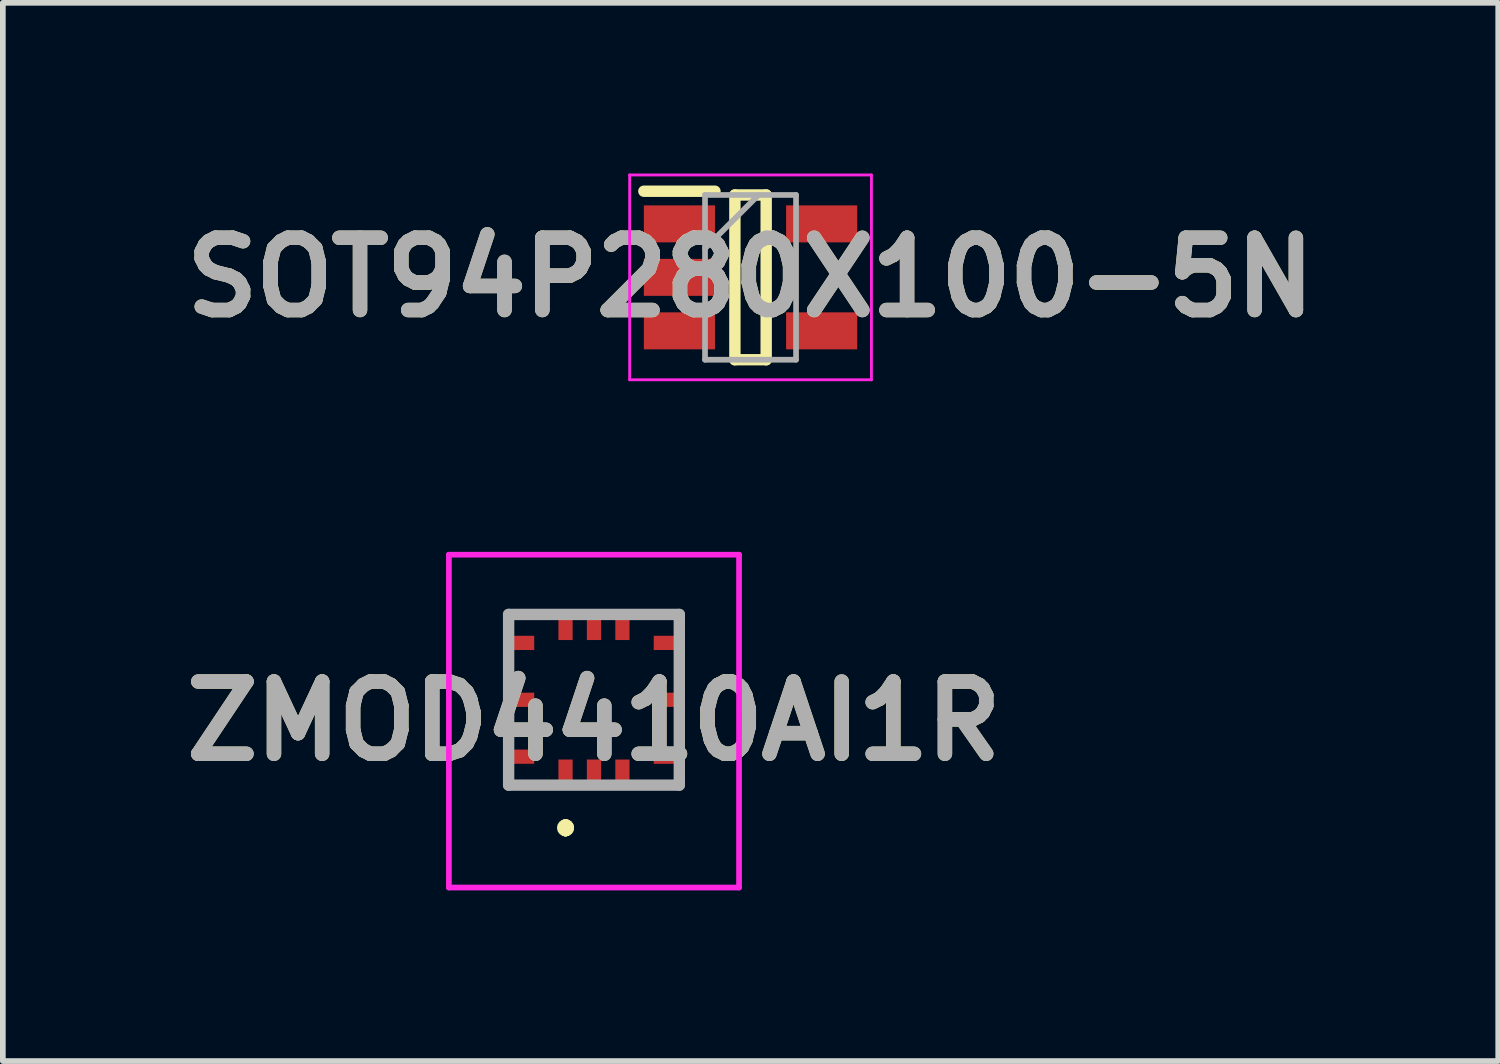
<source format=kicad_pcb>
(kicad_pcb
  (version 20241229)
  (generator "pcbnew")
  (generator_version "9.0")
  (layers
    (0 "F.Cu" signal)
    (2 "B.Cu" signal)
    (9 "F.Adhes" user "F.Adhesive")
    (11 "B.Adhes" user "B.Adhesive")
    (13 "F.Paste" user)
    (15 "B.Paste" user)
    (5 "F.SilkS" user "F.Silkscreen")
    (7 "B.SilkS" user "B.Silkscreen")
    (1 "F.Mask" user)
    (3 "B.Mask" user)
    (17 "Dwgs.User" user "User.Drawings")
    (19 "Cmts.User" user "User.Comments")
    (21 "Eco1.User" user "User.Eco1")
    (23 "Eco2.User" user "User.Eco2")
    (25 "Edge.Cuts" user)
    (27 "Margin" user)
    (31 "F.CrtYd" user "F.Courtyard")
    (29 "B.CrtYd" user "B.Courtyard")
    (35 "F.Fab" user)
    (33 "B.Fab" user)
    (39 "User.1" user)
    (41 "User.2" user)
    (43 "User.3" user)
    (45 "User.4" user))
  (footprint "SOT94P280X100-5N"
    (layer "F.Cu")
    (at 10.142 1.825)
    (property "Reference" "SOT94P280X100-5N" (at 0 0 0) (layer "F.SilkS") (effects (font (size 1.27 1.27) (thickness 0.254))))
    (attr smd)
    (fp_line (start -1.875 -1.514) (end -0.625 -1.514) (stroke (width 0.2) (type solid)) (layer "F.SilkS"))
    (fp_line (start -0.275 -1.448) (end 0.275 -1.448) (stroke (width 0.2) (type solid)) (layer "F.SilkS"))
    (fp_line (start -0.275 1.448) (end -0.275 -1.448) (stroke (width 0.2) (type solid)) (layer "F.SilkS"))
    (fp_line (start 0.275 -1.448) (end 0.275 1.448) (stroke (width 0.2) (type solid)) (layer "F.SilkS"))
    (fp_line (start 0.275 1.448) (end -0.275 1.448) (stroke (width 0.2) (type solid)) (layer "F.SilkS"))
    (fp_line (start -2.125 -1.8) (end 2.125 -1.8) (stroke (width 0.05) (type solid)) (layer "F.CrtYd"))
    (fp_line (start -2.125 1.8) (end -2.125 -1.8) (stroke (width 0.05) (type solid)) (layer "F.CrtYd"))
    (fp_line (start 2.125 -1.8) (end 2.125 1.8) (stroke (width 0.05) (type solid)) (layer "F.CrtYd"))
    (fp_line (start 2.125 1.8) (end -2.125 1.8) (stroke (width 0.05) (type solid)) (layer "F.CrtYd"))
    (fp_line (start -0.8 -1.448) (end 0.8 -1.448) (stroke (width 0.1) (type solid)) (layer "F.Fab"))
    (fp_line (start -0.8 -0.508) (end 0.14 -1.448) (stroke (width 0.1) (type solid)) (layer "F.Fab"))
    (fp_line (start -0.8 1.448) (end -0.8 -1.448) (stroke (width 0.1) (type solid)) (layer "F.Fab"))
    (fp_line (start 0.8 -1.448) (end 0.8 1.448) (stroke (width 0.1) (type solid)) (layer "F.Fab"))
    (fp_line (start 0.8 1.448) (end -0.8 1.448) (stroke (width 0.1) (type solid)) (layer "F.Fab"))
    (fp_text user "${REFERENCE}" (at 0 0 0) (layer "F.Fab") (effects (font (size 1.27 1.27) (thickness 0.254))))
    (pad "1" smd rect (at -1.25 -0.94 90) (size 0.65 1.25) (layers "F.Cu" "F.Mask" "F.Paste"))
    (pad "2" smd rect (at -1.25 0 90) (size 0.65 1.25) (layers "F.Cu" "F.Mask" "F.Paste"))
    (pad "3" smd rect (at -1.25 0.94 90) (size 0.65 1.25) (layers "F.Cu" "F.Mask" "F.Paste"))
    (pad "4" smd rect (at 1.25 0.94 90) (size 0.65 1.25) (layers "F.Cu" "F.Mask" "F.Paste"))
    (pad "5" smd rect (at 1.25 -0.94 90) (size 0.65 1.25) (layers "F.Cu" "F.Mask" "F.Paste")))
  (footprint "ZMOD4410AI1R"
    (layer "F.Cu")
    (at 7.39 9.25)
    (property "Reference" "ZMOD4410AI1R" (at 0 0.375 0) (layer "F.SilkS") (effects (font (size 1.27 1.27) (thickness 0.254))))
    (attr smd)
    (fp_line (start -1.5 -1.5) (end -1.5 -1.5) (stroke (width 0.1) (type solid)) (layer "F.SilkS"))
    (fp_line (start -1.5 -1.5) (end -1 -1.5) (stroke (width 0.1) (type solid)) (layer "F.SilkS"))
    (fp_line (start -1.5 1.5) (end -1.5 1.5) (stroke (width 0.1) (type solid)) (layer "F.SilkS"))
    (fp_line (start -1.5 1.5) (end -1 1.5) (stroke (width 0.1) (type solid)) (layer "F.SilkS"))
    (fp_line (start -1 -1.5) (end -1.5 -1.5) (stroke (width 0.1) (type solid)) (layer "F.SilkS"))
    (fp_line (start -1 -1.5) (end -1 -1.5) (stroke (width 0.1) (type solid)) (layer "F.SilkS"))
    (fp_line (start -1 1.5) (end -1.5 1.5) (stroke (width 0.1) (type solid)) (layer "F.SilkS"))
    (fp_line (start -1 1.5) (end -1 1.5) (stroke (width 0.1) (type solid)) (layer "F.SilkS"))
    (fp_line (start -0.5 2.2) (end -0.5 2.2) (stroke (width 0.2) (type solid)) (layer "F.SilkS"))
    (fp_line (start -0.5 2.3) (end -0.5 2.3) (stroke (width 0.2) (type solid)) (layer "F.SilkS"))
    (fp_line (start -0.5 2.3) (end -0.5 2.3) (stroke (width 0.2) (type solid)) (layer "F.SilkS"))
    (fp_line (start 1 -1.5) (end 1 -1.5) (stroke (width 0.1) (type solid)) (layer "F.SilkS"))
    (fp_line (start 1 -1.5) (end 1.5 -1.5) (stroke (width 0.1) (type solid)) (layer "F.SilkS"))
    (fp_line (start 1 1.5) (end 1 1.5) (stroke (width 0.1) (type solid)) (layer "F.SilkS"))
    (fp_line (start 1 1.5) (end 1.5 1.5) (stroke (width 0.1) (type solid)) (layer "F.SilkS"))
    (fp_line (start 1.5 -1.5) (end 1 -1.5) (stroke (width 0.1) (type solid)) (layer "F.SilkS"))
    (fp_line (start 1.5 -1.5) (end 1.5 -1.5) (stroke (width 0.1) (type solid)) (layer "F.SilkS"))
    (fp_line (start 1.5 1.5) (end 1 1.5) (stroke (width 0.1) (type solid)) (layer "F.SilkS"))
    (fp_line (start 1.5 1.5) (end 1.5 1.5) (stroke (width 0.1) (type solid)) (layer "F.SilkS"))
    (fp_arc (start -0.5 2.2) (mid -0.45 2.25) (end -0.5 2.3) (stroke (width 0.2) (type solid)) (layer "F.SilkS"))
    (fp_arc (start -0.5 2.2) (mid -0.45 2.25) (end -0.5 2.3) (stroke (width 0.2) (type solid)) (layer "F.SilkS"))
    (fp_arc (start -0.5 2.3) (mid -0.55 2.25) (end -0.5 2.2) (stroke (width 0.2) (type solid)) (layer "F.SilkS"))
    (fp_line (start -2.55 -2.55) (end 2.55 -2.55) (stroke (width 0.1) (type solid)) (layer "F.CrtYd"))
    (fp_line (start -2.55 3.3) (end -2.55 -2.55) (stroke (width 0.1) (type solid)) (layer "F.CrtYd"))
    (fp_line (start 2.55 -2.55) (end 2.55 3.3) (stroke (width 0.1) (type solid)) (layer "F.CrtYd"))
    (fp_line (start 2.55 3.3) (end -2.55 3.3) (stroke (width 0.1) (type solid)) (layer "F.CrtYd"))
    (fp_line (start -1.5 -1.5) (end -1.5 1.5) (stroke (width 0.2) (type solid)) (layer "F.Fab"))
    (fp_line (start -1.5 1.5) (end 1.5 1.5) (stroke (width 0.2) (type solid)) (layer "F.Fab"))
    (fp_line (start 1.5 -1.5) (end -1.5 -1.5) (stroke (width 0.2) (type solid)) (layer "F.Fab"))
    (fp_line (start 1.5 1.5) (end 1.5 -1.5) (stroke (width 0.2) (type solid)) (layer "F.Fab"))
    (fp_text user "${REFERENCE}" (at 0 0.375 0) (layer "F.Fab") (effects (font (size 1.27 1.27) (thickness 0.254))))
    (pad "1" smd rect (at -0.5 1.3) (size 0.25 0.5) (layers "F.Cu" "F.Mask" "F.Paste"))
    (pad "2" smd rect (at 0 1.3) (size 0.25 0.5) (layers "F.Cu" "F.Mask" "F.Paste"))
    (pad "3" smd rect (at 0.5 1.3) (size 0.25 0.5) (layers "F.Cu" "F.Mask" "F.Paste"))
    (pad "4" smd rect (at 1.3 1 90) (size 0.25 0.5) (layers "F.Cu" "F.Mask" "F.Paste"))
    (pad "5" smd rect (at 1.3 0 90) (size 0.25 0.5) (layers "F.Cu" "F.Mask" "F.Paste"))
    (pad "6" smd rect (at 1.3 -1 90) (size 0.25 0.5) (layers "F.Cu" "F.Mask" "F.Paste"))
    (pad "7" smd rect (at 0.5 -1.3) (size 0.25 0.5) (layers "F.Cu" "F.Mask" "F.Paste"))
    (pad "8" smd rect (at 0 -1.3) (size 0.25 0.5) (layers "F.Cu" "F.Mask" "F.Paste"))
    (pad "9" smd rect (at -0.5 -1.3) (size 0.25 0.5) (layers "F.Cu" "F.Mask" "F.Paste"))
    (pad "10" smd rect (at -1.3 -1 90) (size 0.25 0.5) (layers "F.Cu" "F.Mask" "F.Paste"))
    (pad "11" smd rect (at -1.3 0 90) (size 0.25 0.5) (layers "F.Cu" "F.Mask" "F.Paste"))
    (pad "12" smd rect (at -1.3 1 90) (size 0.25 0.5) (layers "F.Cu" "F.Mask" "F.Paste")))
  (gr_rect
    (start -3 -3)
    (end 23.284 15.6)
    (stroke (width 0.1) (type default))
    (fill no)
    (layer "Edge.Cuts")))
</source>
